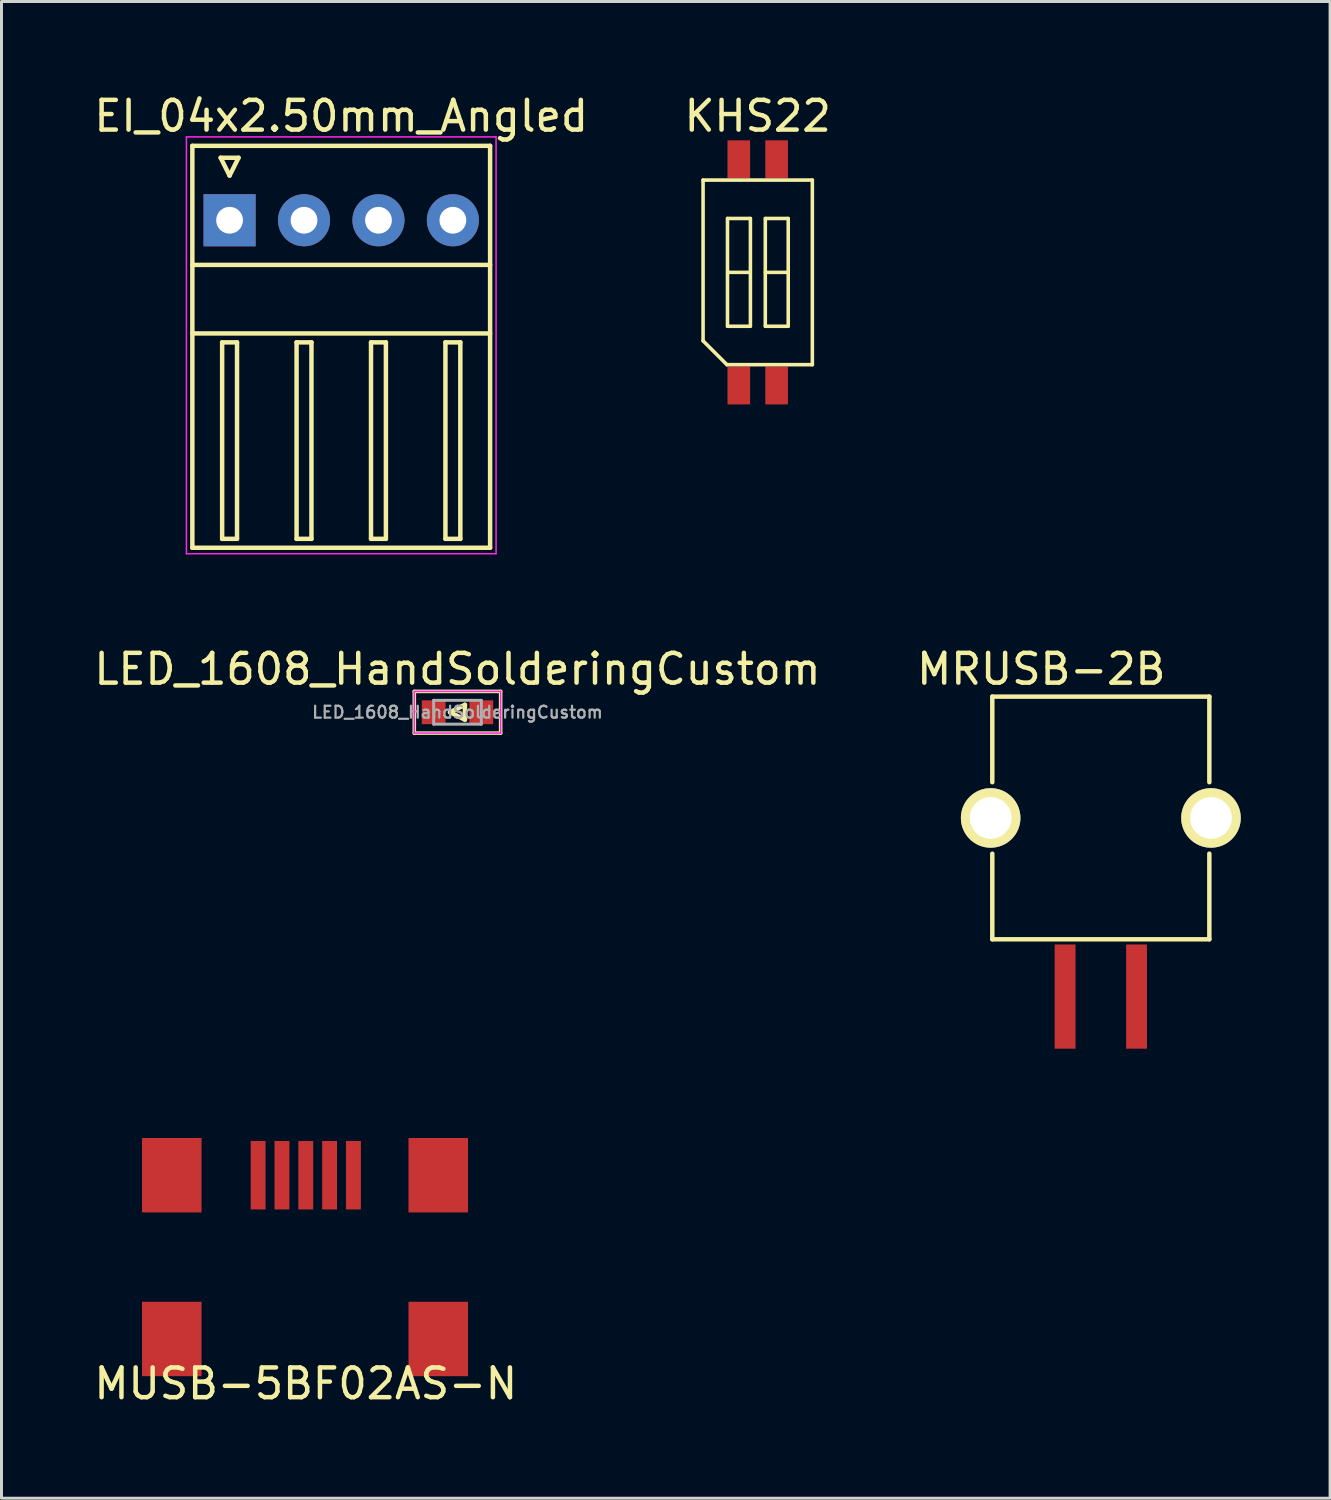
<source format=kicad_pcb>
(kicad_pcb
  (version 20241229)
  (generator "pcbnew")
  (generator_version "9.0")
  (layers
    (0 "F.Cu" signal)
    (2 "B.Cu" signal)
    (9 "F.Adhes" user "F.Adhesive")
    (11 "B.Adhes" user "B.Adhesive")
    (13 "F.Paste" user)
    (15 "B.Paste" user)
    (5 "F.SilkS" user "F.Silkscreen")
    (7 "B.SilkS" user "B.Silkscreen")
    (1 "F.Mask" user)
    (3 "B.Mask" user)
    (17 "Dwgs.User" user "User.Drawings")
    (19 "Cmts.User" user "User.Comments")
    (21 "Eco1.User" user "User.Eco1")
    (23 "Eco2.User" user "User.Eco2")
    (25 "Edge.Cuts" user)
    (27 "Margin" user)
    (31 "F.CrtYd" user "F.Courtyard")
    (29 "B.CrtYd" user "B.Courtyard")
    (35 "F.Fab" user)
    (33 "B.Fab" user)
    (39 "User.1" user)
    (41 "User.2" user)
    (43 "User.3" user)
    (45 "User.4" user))
  (footprint "MRUSB-2B"
    (layer "F.Cu")
    (at 33.923 24.422)
    (property "Reference" "MRUSB-2B" (at -2 -5 0) (layer "F.SilkS") (effects (font (size 1 1) (thickness 0.15))))
    (attr through_hole)
    (fp_line (start -3.645 -4.075) (end -3.645 -1.2) (stroke (width 0.15) (type solid)) (layer "F.SilkS"))
    (fp_line (start -3.645 -4.075) (end 3.645 -4.075) (stroke (width 0.15) (type solid)) (layer "F.SilkS"))
    (fp_line (start -3.645 1.2) (end -3.645 4.075) (stroke (width 0.15) (type solid)) (layer "F.SilkS"))
    (fp_line (start -3.645 4.075) (end 3.645 4.075) (stroke (width 0.15) (type solid)) (layer "F.SilkS"))
    (fp_line (start 3.645 -4.075) (end 3.645 -1.2) (stroke (width 0.15) (type solid)) (layer "F.SilkS"))
    (fp_line (start 3.645 1.2) (end 3.645 4.075) (stroke (width 0.15) (type solid)) (layer "F.SilkS"))
    (pad "1" smd rect (at 1.2 6) (size 0.7 3.5) (layers "F.Cu" "F.Mask" "F.Paste"))
    (pad "2" smd rect (at -1.2 6) (size 0.7 3.5) (layers "F.Cu" "F.Mask" "F.Paste"))
    (pad "3" thru_hole circle (at 3.7 0) (size 2 2) (drill 1.4) (layers "*.Cu" "*.Mask" "F.SilkS"))
    (pad "4" thru_hole circle (at -3.7 0) (size 2 2) (drill 1.4) (layers "*.Cu" "*.Mask" "F.SilkS")))
  (footprint "EI_04x2.50mm_Angled"
    (layer "F.Cu")
    (at 4.661 4.348)
    (property "Reference" "EI_04x2.50mm_Angled" (at 3.75 -3.5 0) (layer "F.SilkS") (effects (font (size 1 1) (thickness 0.15))))
    (attr through_hole)
    (fp_line (start -1.25 11) (end -1.25 -2.5) (stroke (width 0.15) (type solid)) (layer "F.SilkS"))
    (fp_line (start -0.3 -2.1) (end 0.3 -2.1) (stroke (width 0.15) (type solid)) (layer "F.SilkS"))
    (fp_line (start -0.25 4.1) (end -0.25 10.7) (stroke (width 0.15) (type solid)) (layer "F.SilkS"))
    (fp_line (start -0.25 10.7) (end 0.25 10.7) (stroke (width 0.15) (type solid)) (layer "F.SilkS"))
    (fp_line (start 0 -1.5) (end -0.3 -2.1) (stroke (width 0.15) (type solid)) (layer "F.SilkS"))
    (fp_line (start 0.25 4.1) (end -0.25 4.1) (stroke (width 0.15) (type solid)) (layer "F.SilkS"))
    (fp_line (start 0.25 10.7) (end 0.25 4.1) (stroke (width 0.15) (type solid)) (layer "F.SilkS"))
    (fp_line (start 0.3 -2.1) (end 0 -1.5) (stroke (width 0.15) (type solid)) (layer "F.SilkS"))
    (fp_line (start 2.25 4.1) (end 2.25 10.7) (stroke (width 0.15) (type solid)) (layer "F.SilkS"))
    (fp_line (start 2.25 10.7) (end 2.75 10.7) (stroke (width 0.15) (type solid)) (layer "F.SilkS"))
    (fp_line (start 2.75 4.1) (end 2.25 4.1) (stroke (width 0.15) (type solid)) (layer "F.SilkS"))
    (fp_line (start 2.75 10.7) (end 2.75 4.1) (stroke (width 0.15) (type solid)) (layer "F.SilkS"))
    (fp_line (start 4.75 4.1) (end 4.75 10.7) (stroke (width 0.15) (type solid)) (layer "F.SilkS"))
    (fp_line (start 4.75 10.7) (end 5.25 10.7) (stroke (width 0.15) (type solid)) (layer "F.SilkS"))
    (fp_line (start 5.25 4.1) (end 4.75 4.1) (stroke (width 0.15) (type solid)) (layer "F.SilkS"))
    (fp_line (start 5.25 10.7) (end 5.25 4.1) (stroke (width 0.15) (type solid)) (layer "F.SilkS"))
    (fp_line (start 7.25 4.1) (end 7.25 10.7) (stroke (width 0.15) (type solid)) (layer "F.SilkS"))
    (fp_line (start 7.25 10.7) (end 7.75 10.7) (stroke (width 0.15) (type solid)) (layer "F.SilkS"))
    (fp_line (start 7.75 4.1) (end 7.25 4.1) (stroke (width 0.15) (type solid)) (layer "F.SilkS"))
    (fp_line (start 7.75 10.7) (end 7.75 4.1) (stroke (width 0.15) (type solid)) (layer "F.SilkS"))
    (fp_line (start 8.75 -2.5) (end -1.25 -2.5) (stroke (width 0.15) (type solid)) (layer "F.SilkS"))
    (fp_line (start 8.75 -2.5) (end 8.75 11) (stroke (width 0.15) (type solid)) (layer "F.SilkS"))
    (fp_line (start 8.75 1.5) (end -1.25 1.5) (stroke (width 0.15) (type solid)) (layer "F.SilkS"))
    (fp_line (start 8.75 3.8) (end -1.25 3.8) (stroke (width 0.15) (type solid)) (layer "F.SilkS"))
    (fp_line (start 8.75 11) (end -1.25 11) (stroke (width 0.15) (type solid)) (layer "F.SilkS"))
    (fp_line (start -1.45 -2.8) (end -1.45 11.2) (stroke (width 0.05) (type solid)) (layer "F.CrtYd"))
    (fp_line (start -1.45 11.2) (end 8.95 11.2) (stroke (width 0.05) (type solid)) (layer "F.CrtYd"))
    (fp_line (start 8.95 -2.8) (end -1.45 -2.8) (stroke (width 0.05) (type solid)) (layer "F.CrtYd"))
    (fp_line (start 8.95 11.2) (end 8.95 -2.8) (stroke (width 0.05) (type solid)) (layer "F.CrtYd"))
    (pad "1" thru_hole rect (at 0 0) (size 1.75 1.75) (drill 0.9) (layers "*.Cu" "*.Mask"))
    (pad "2" thru_hole circle (at 2.5 0) (size 1.75 1.75) (drill 0.9) (layers "*.Cu" "*.Mask"))
    (pad "3" thru_hole circle (at 5 0) (size 1.75 1.75) (drill 0.9) (layers "*.Cu" "*.Mask"))
    (pad "4" thru_hole circle (at 7.5 0) (size 1.75 1.75) (drill 0.9) (layers "*.Cu" "*.Mask")))
  (footprint "KHS22"
    (layer "F.Cu")
    (at 22.399 6.098)
    (property "Reference" "KHS22" (at 0 -5.25 0) (layer "F.SilkS") (effects (font (size 1 1) (thickness 0.15))))
    (attr smd)
    (fp_line (start -1.835 -3.1) (end -1.835 2.3) (stroke (width 0.12) (type solid)) (layer "F.SilkS"))
    (fp_line (start -1.835 -3.1) (end 1.835 -3.1) (stroke (width 0.12) (type solid)) (layer "F.SilkS"))
    (fp_line (start -1.835 2.3) (end -1.035 3.1) (stroke (width 0.12) (type solid)) (layer "F.SilkS"))
    (fp_line (start -1.035 3.1) (end 1.835 3.1) (stroke (width 0.12) (type solid)) (layer "F.SilkS"))
    (fp_line (start -1.015 -1.81) (end -1.015 1.81) (stroke (width 0.12) (type solid)) (layer "F.SilkS"))
    (fp_line (start -1.01 -1.81) (end -0.25 -1.81) (stroke (width 0.12) (type solid)) (layer "F.SilkS"))
    (fp_line (start -1.01 0) (end -0.25 0) (stroke (width 0.12) (type solid)) (layer "F.SilkS"))
    (fp_line (start -1.01 1.81) (end -0.25 1.81) (stroke (width 0.12) (type solid)) (layer "F.SilkS"))
    (fp_line (start -0.245 1.81) (end -0.245 -1.81) (stroke (width 0.12) (type solid)) (layer "F.SilkS"))
    (fp_line (start 0.255 -1.81) (end 0.255 1.81) (stroke (width 0.12) (type solid)) (layer "F.SilkS"))
    (fp_line (start 0.26 -1.81) (end 1.02 -1.81) (stroke (width 0.12) (type solid)) (layer "F.SilkS"))
    (fp_line (start 0.26 0) (end 1.02 0) (stroke (width 0.12) (type solid)) (layer "F.SilkS"))
    (fp_line (start 0.26 1.81) (end 1.02 1.81) (stroke (width 0.12) (type solid)) (layer "F.SilkS"))
    (fp_line (start 1.025 1.81) (end 1.025 -1.81) (stroke (width 0.12) (type solid)) (layer "F.SilkS"))
    (fp_line (start 1.835 -3.1) (end 1.835 3.1) (stroke (width 0.12) (type solid)) (layer "F.SilkS"))
    (pad "1" smd rect (at -0.635 3.8 90) (size 1.27 0.76) (layers "F.Cu" "F.Mask"))
    (pad "2" smd rect (at 0.635 3.8 90) (size 1.27 0.76) (layers "F.Cu" "F.Mask"))
    (pad "3" smd rect (at 0.635 -3.8 90) (size 1.27 0.76) (layers "F.Cu" "F.Mask"))
    (pad "4" smd rect (at -0.635 -3.8 90) (size 1.27 0.76) (layers "F.Cu" "F.Mask")))
  (footprint "LED_1608_HandSolderingCustom"
    (layer "F.Cu")
    (at 12.315 20.872)
    (property "Reference" "LED_1608_HandSolderingCustom" (at 0 -1.45 0) (layer "F.SilkS") (effects (font (size 1 1) (thickness 0.15))))
    (attr smd)
    (fp_line (start -1.45 -0.7) (end -1.45 0.7) (stroke (width 0.12) (type solid)) (layer "F.SilkS"))
    (fp_line (start -1.45 -0.7) (end 1.45 -0.7) (stroke (width 0.12) (type solid)) (layer "F.SilkS"))
    (fp_line (start -0.25 0) (end 0.25 -0.25) (stroke (width 0.15) (type solid)) (layer "F.SilkS"))
    (fp_line (start -0.25 0) (end 0.25 0.25) (stroke (width 0.15) (type solid)) (layer "F.SilkS"))
    (fp_line (start 0.25 -0.25) (end 0.25 0.25) (stroke (width 0.15) (type solid)) (layer "F.SilkS"))
    (fp_line (start 1.45 -0.7) (end 1.45 0.7) (stroke (width 0.12) (type solid)) (layer "F.SilkS"))
    (fp_line (start 1.45 0.7) (end -1.45 0.7) (stroke (width 0.12) (type solid)) (layer "F.SilkS"))
    (fp_line (start -1.45 -0.7) (end -1.45 0.7) (stroke (width 0.05) (type solid)) (layer "F.CrtYd"))
    (fp_line (start -1.45 -0.7) (end 1.45 -0.7) (stroke (width 0.05) (type solid)) (layer "F.CrtYd"))
    (fp_line (start 1.45 0.7) (end -1.46 0.7) (stroke (width 0.05) (type solid)) (layer "F.CrtYd"))
    (fp_line (start 1.45 0.7) (end 1.45 -0.7) (stroke (width 0.05) (type solid)) (layer "F.CrtYd"))
    (fp_line (start -0.8 -0.4) (end 0.8 -0.4) (stroke (width 0.1) (type solid)) (layer "F.Fab"))
    (fp_line (start -0.8 0.4) (end -0.8 -0.4) (stroke (width 0.1) (type solid)) (layer "F.Fab"))
    (fp_line (start 0.8 -0.4) (end 0.8 0.4) (stroke (width 0.1) (type solid)) (layer "F.Fab"))
    (fp_line (start 0.8 0.4) (end -0.8 0.4) (stroke (width 0.1) (type solid)) (layer "F.Fab"))
    (fp_text user "${REFERENCE}" (at 0 0 0) (layer "F.Fab") (effects (font (size 0.4 0.4) (thickness 0.075))))
    (pad "1" smd rect (at -0.8 0) (size 0.8 0.8) (layers "F.Cu" "F.Mask" "F.Paste"))
    (pad "2" smd rect (at 0.8 0) (size 0.8 0.8) (layers "F.Cu" "F.Mask" "F.Paste")))
  (footprint "MUSB-5BF02AS-N"
    (layer "F.Cu")
    (at 7.22 36.422)
    (property "Reference" "MUSB-5BF02AS-N" (at 0 7 0) (layer "F.SilkS") (effects (font (size 1 1) (thickness 0.15))))
    (attr through_hole)
    (pad "1" smd rect (at -1.6 0) (size 0.5 2.3) (layers "F.Cu" "F.Mask" "F.Paste"))
    (pad "2" smd rect (at -0.8 0) (size 0.5 2.3) (layers "F.Cu" "F.Mask" "F.Paste"))
    (pad "3" smd rect (at 0 0) (size 0.5 2.3) (layers "F.Cu" "F.Mask" "F.Paste"))
    (pad "4" smd rect (at 0.8 0) (size 0.5 2.3) (layers "F.Cu" "F.Mask" "F.Paste"))
    (pad "5" smd rect (at 1.6 0) (size 0.5 2.3) (layers "F.Cu" "F.Mask" "F.Paste"))
    (pad "6" smd rect (at -4.5 0) (size 2 2.5) (layers "F.Cu" "F.Mask" "F.Paste"))
    (pad "6" smd rect (at -4.5 5.5) (size 2 2.5) (layers "F.Cu" "F.Mask" "F.Paste"))
    (pad "6" smd rect (at 4.45 0) (size 2 2.5) (layers "F.Cu" "F.Mask" "F.Paste"))
    (pad "6" smd rect (at 4.45 5.5) (size 2 2.5) (layers "F.Cu" "F.Mask" "F.Paste")))
  (gr_rect
    (start -3 -3)
    (end 41.623 47.27)
    (stroke (width 0.1) (type default))
    (fill no)
    (layer "Edge.Cuts")))
</source>
